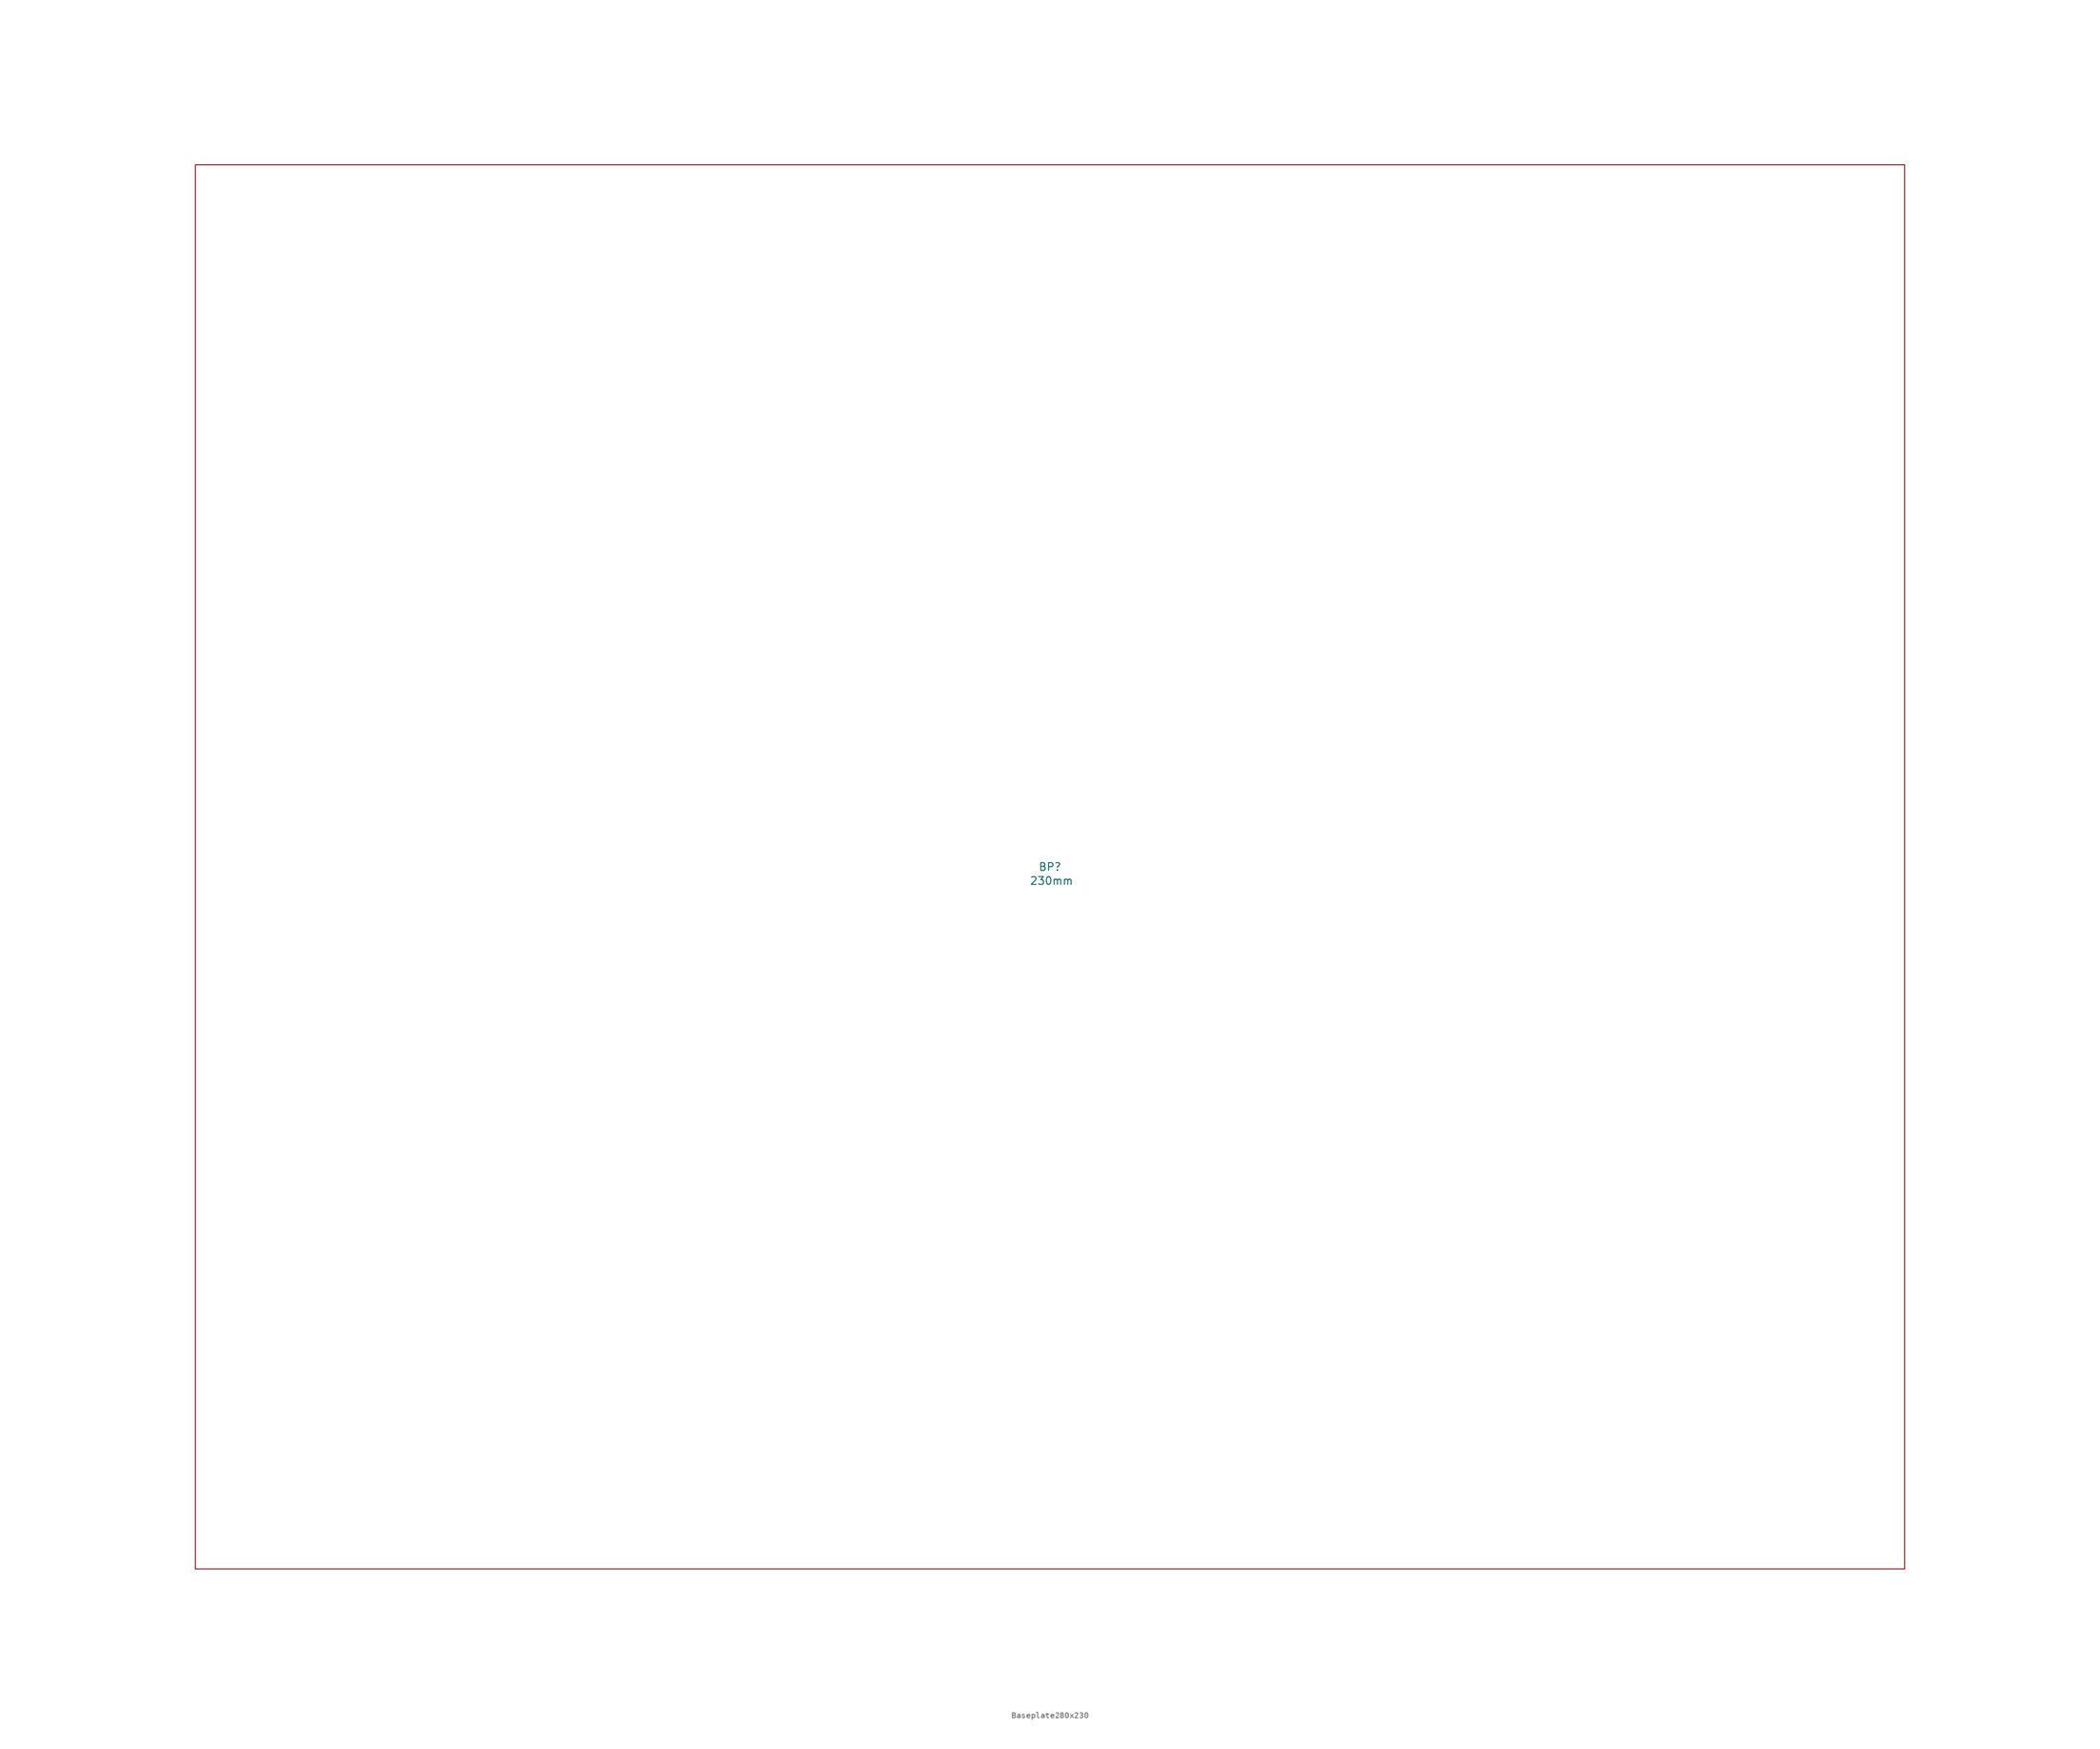
<source format=kicad_sym>
(kicad_symbol_lib
  (version 20241209)
  (generator "kicad_symbol_editor")
  (generator_version "9.0")
  (symbol "Baseplate280x230"
    (property "Reference" "BP"
      (at 0 0 0)
      (effects (font (size 1.27 1.27))))
    (property "Value" "230mm"
      (at 0.254 -2.286 0)
      (effects (font (size 1.27 1.27))))
    (symbol "Baseplate280x230_1_1"
      (rectangle (start -140 115) (end 140 -115) (stroke (width 0) (type default)) (fill (type none))))))
</source>
